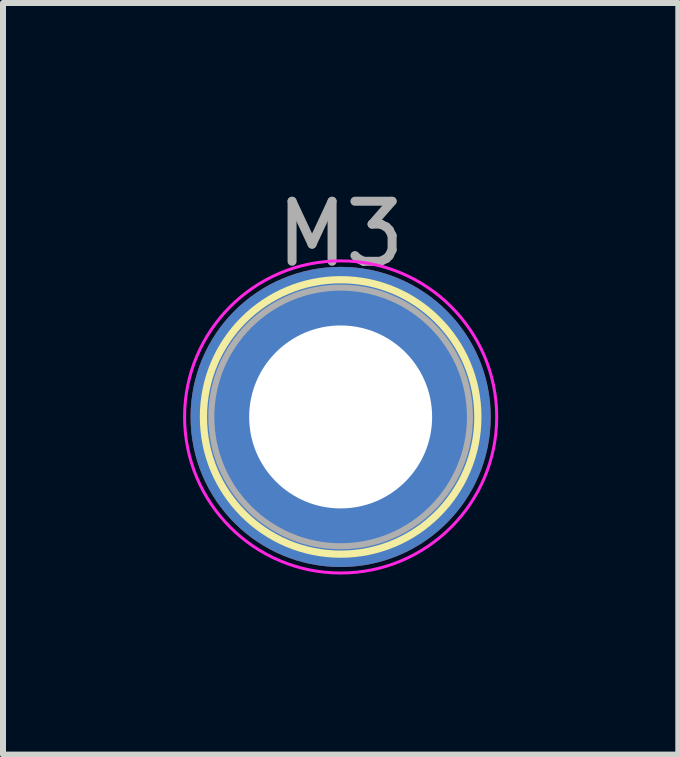
<source format=kicad_pcb>
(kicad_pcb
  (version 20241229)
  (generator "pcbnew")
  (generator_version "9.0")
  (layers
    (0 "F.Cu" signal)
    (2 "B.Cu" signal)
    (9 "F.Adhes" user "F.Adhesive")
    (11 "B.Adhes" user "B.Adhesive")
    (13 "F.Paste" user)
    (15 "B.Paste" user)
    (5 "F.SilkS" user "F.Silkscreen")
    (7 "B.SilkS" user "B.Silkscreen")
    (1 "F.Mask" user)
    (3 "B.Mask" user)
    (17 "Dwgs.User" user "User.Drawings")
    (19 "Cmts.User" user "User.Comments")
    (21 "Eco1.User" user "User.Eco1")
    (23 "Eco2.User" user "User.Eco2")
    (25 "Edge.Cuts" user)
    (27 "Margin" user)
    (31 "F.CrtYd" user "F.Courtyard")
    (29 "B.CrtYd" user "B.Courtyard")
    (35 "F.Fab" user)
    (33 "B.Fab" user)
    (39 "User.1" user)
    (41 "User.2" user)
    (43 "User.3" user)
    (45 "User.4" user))
  (footprint "M3"
    (layer "F.Cu")
    (at 2.625 3.896)
    (property "Reference" "M3" (at 0 -3.048 0) (layer "F.Fab") (effects (font (size 1 1) (thickness 0.15))))
    (attr through_hole)
    (fp_circle (center 0 0) (end 0 -2.286) (stroke (width 0.12) (type solid)) (fill no) (layer "F.SilkS"))
    (fp_circle (center 0 0) (end 2.6 0) (stroke (width 0.05) (type solid)) (fill no) (layer "F.CrtYd"))
    (fp_circle (center 0 0) (end 2 0.8) (stroke (width 0.1) (type solid)) (fill no) (layer "F.Fab"))
    (pad "1" thru_hole circle (at 0 0) (size 5 5) (drill 3.048) (layers "*.Cu" "*.Mask")))
  (gr_rect
    (start -3 -3)
    (end 8.25 9.521)
    (stroke (width 0.1) (type default))
    (fill no)
    (layer "Edge.Cuts")))
</source>
